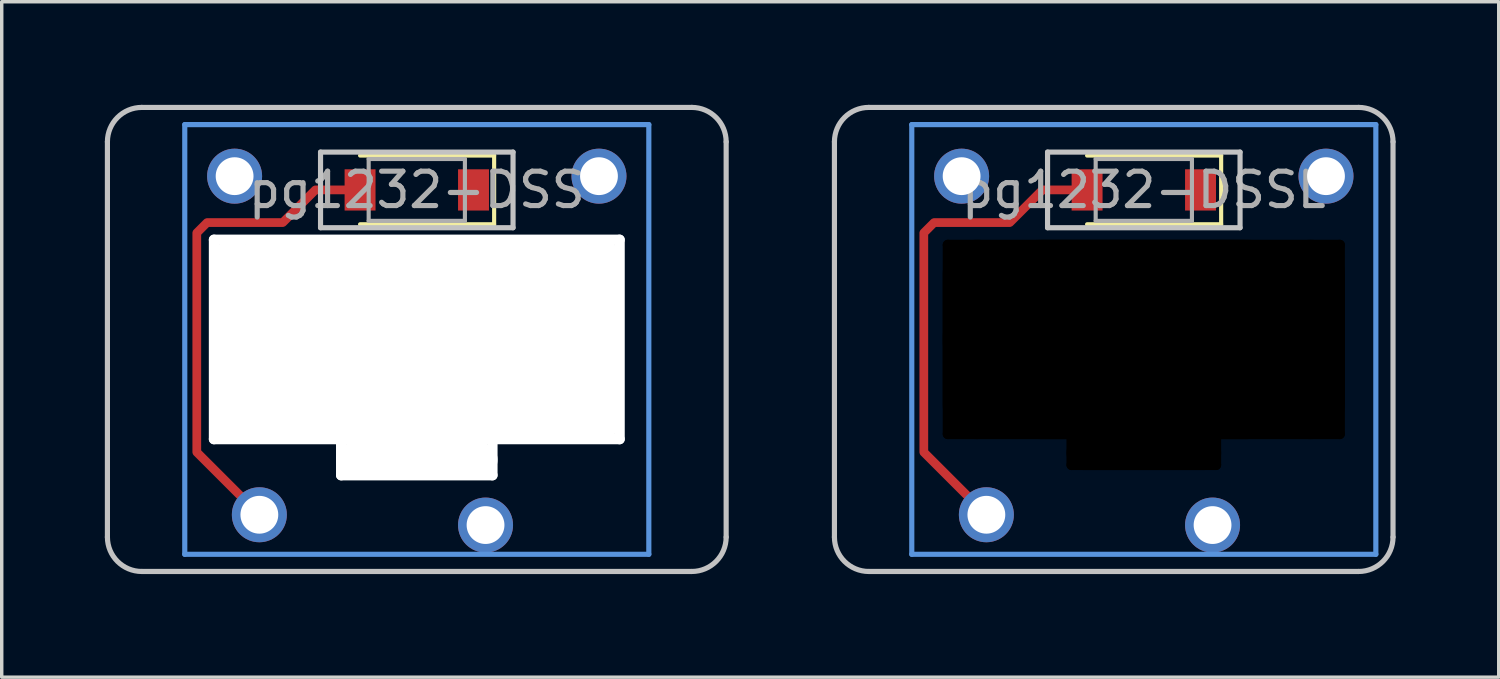
<source format=kicad_pcb>
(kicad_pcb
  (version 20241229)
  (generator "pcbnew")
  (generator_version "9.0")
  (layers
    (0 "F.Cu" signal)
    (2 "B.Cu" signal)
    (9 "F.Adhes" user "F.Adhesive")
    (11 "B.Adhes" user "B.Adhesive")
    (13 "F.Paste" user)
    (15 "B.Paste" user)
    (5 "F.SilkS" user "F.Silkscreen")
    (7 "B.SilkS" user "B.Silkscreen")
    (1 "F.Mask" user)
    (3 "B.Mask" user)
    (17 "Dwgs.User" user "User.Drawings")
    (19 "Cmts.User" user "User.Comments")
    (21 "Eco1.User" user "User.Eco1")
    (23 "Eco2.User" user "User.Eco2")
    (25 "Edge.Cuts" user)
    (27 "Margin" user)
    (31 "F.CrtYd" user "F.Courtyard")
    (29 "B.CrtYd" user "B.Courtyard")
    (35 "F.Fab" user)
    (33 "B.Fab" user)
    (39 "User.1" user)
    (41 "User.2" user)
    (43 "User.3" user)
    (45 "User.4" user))
  (footprint "pg1232-DSS"
    (layer "F.Cu")
    (at 9.075 2.475)
    (property "Reference" "pg1232-DSS" (at 0 0 0) (layer "F.Fab") (effects (font (size 1 1) (thickness 0.15))))
    (attr through_hole)
    (fp_line (start 2.25 -1) (end -1.65 -1) (stroke (width 0.12) (type solid)) (layer "F.SilkS"))
    (fp_line (start 2.25 -1) (end 2.25 1) (stroke (width 0.12) (type solid)) (layer "F.SilkS"))
    (fp_line (start 2.25 1) (end -1.65 1) (stroke (width 0.12) (type solid)) (layer "F.SilkS"))
    (fp_line (start -9 10.1) (end -9 -1.4) (stroke (width 0.15) (type solid)) (layer "Dwgs.User"))
    (fp_line (start -8 -2.4) (end 8 -2.4) (stroke (width 0.15) (type solid)) (layer "Dwgs.User"))
    (fp_line (start -2.8 -1.1) (end -2.8 1.1) (stroke (width 0.15) (type solid)) (layer "Dwgs.User"))
    (fp_line (start -2.8 1.1) (end 2.8 1.1) (stroke (width 0.15) (type solid)) (layer "Dwgs.User"))
    (fp_line (start 2.8 -1.1) (end -2.8 -1.1) (stroke (width 0.15) (type solid)) (layer "Dwgs.User"))
    (fp_line (start 2.8 1.1) (end 2.8 -1.1) (stroke (width 0.15) (type solid)) (layer "Dwgs.User"))
    (fp_line (start 8 11.1) (end -8 11.1) (stroke (width 0.15) (type solid)) (layer "Dwgs.User"))
    (fp_line (start 9 -1.4) (end 9 10.1) (stroke (width 0.15) (type solid)) (layer "Dwgs.User"))
    (fp_arc (start -9 -1.4) (mid -8.707107 -2.107107) (end -8 -2.4) (stroke (width 0.15) (type solid)) (layer "Dwgs.User"))
    (fp_arc (start -8 11.1) (mid -8.707107 10.807107) (end -9 10.1) (stroke (width 0.15) (type solid)) (layer "Dwgs.User"))
    (fp_arc (start 8 -2.4) (mid 8.707107 -2.107107) (end 9 -1.4) (stroke (width 0.15) (type solid)) (layer "Dwgs.User"))
    (fp_arc (start 9 10.1) (mid 8.707107 10.807107) (end 8 11.1) (stroke (width 0.15) (type solid)) (layer "Dwgs.User"))
    (fp_line (start -6.75 -1.9) (end -6.75 10.6) (stroke (width 0.15) (type solid)) (layer "Cmts.User"))
    (fp_line (start -6.75 10.6) (end 6.75 10.6) (stroke (width 0.15) (type solid)) (layer "Cmts.User"))
    (fp_line (start 6.75 -1.9) (end -6.75 -1.9) (stroke (width 0.15) (type solid)) (layer "Cmts.User"))
    (fp_line (start 6.75 10.6) (end 6.75 -1.9) (stroke (width 0.15) (type solid)) (layer "Cmts.User"))
    (fp_line (start -1.4 -0.9) (end -1.4 0.9) (stroke (width 0.12) (type solid)) (layer "F.Fab"))
    (fp_line (start -1.4 0.9) (end 1.4 0.9) (stroke (width 0.12) (type solid)) (layer "F.Fab"))
    (fp_line (start 1.4 -0.9) (end -1.4 -0.9) (stroke (width 0.12) (type solid)) (layer "F.Fab"))
    (fp_line (start 1.4 0.9) (end 1.4 -0.9) (stroke (width 0.12) (type solid)) (layer "F.Fab"))
    (pad "" np_thru_hole oval (at -5.9 4.35 90) (size 6.1 0.3) (drill oval 6.1 0.3) (layers "*.Cu" "*.Mask"))
    (pad "" np_thru_hole oval (at -5.36 4.35) (size 1 5.9) (drill oval 1 5.9) (layers "*.Cu" "*.Mask"))
    (pad "" np_thru_hole oval (at -4.59 4.35) (size 1 5.9) (drill oval 1 5.9) (layers "*.Cu" "*.Mask"))
    (pad "" np_thru_hole oval (at -4.2 4.35) (size 1 5.9) (drill oval 1 5.9) (layers "*.Cu" "*.Mask"))
    (pad "" np_thru_hole oval (at -2.2 7.85 90) (size 1.2 0.3) (drill oval 1.2 0.3) (layers "*.Cu" "*.Mask"))
    (pad "" np_thru_hole oval (at 0 1.45) (size 12.1 0.3) (drill oval 12.1 0.3) (layers "*.Cu" "*.Mask"))
    (pad "" np_thru_hole oval (at 0 4.35) (size 11.85 5.9) (drill oval 11.85 5.9) (layers "*.Cu" "*.Mask"))
    (pad "" np_thru_hole oval (at 0 7.25) (size 12.1 0.3) (drill oval 12.1 0.3) (layers "*.Cu" "*.Mask"))
    (pad "" np_thru_hole oval (at 0 7.85) (size 4.7 1) (drill oval 4.7 1) (layers "*.Cu" "*.Mask"))
    (pad "" np_thru_hole oval (at 0 8.3) (size 4.7 0.3) (drill oval 4.7 0.3) (layers "*.Cu" "*.Mask"))
    (pad "" np_thru_hole oval (at 2.2 7.85 90) (size 1.2 0.3) (drill oval 1.2 0.3) (layers "*.Cu" "*.Mask"))
    (pad "" np_thru_hole oval (at 4.2 4.35) (size 1 5.9) (drill oval 1 5.9) (layers "*.Cu" "*.Mask"))
    (pad "" np_thru_hole oval (at 4.59 4.35) (size 1 5.9) (drill oval 1 5.9) (layers "*.Cu" "*.Mask"))
    (pad "" np_thru_hole oval (at 5.36 4.35) (size 1 5.9) (drill oval 1 5.9) (layers "*.Cu" "*.Mask"))
    (pad "" np_thru_hole oval (at 5.9 4.35 90) (size 6.1 0.3) (drill oval 6.1 0.3) (layers "*.Cu" "*.Mask"))
    (pad "1" thru_hole circle (at 2 9.75) (size 1.6 1.6) (drill 1.1) (layers "*.Cu" "B.Mask"))
    (pad "2" smd rect (at 1.65 0) (size 0.9 1.2) (layers "F.Cu" "F.Mask" "F.Paste"))
    (pad "3" thru_hole circle (at -4.58 9.45) (size 1.6 1.6) (drill 1.1) (layers "*.Cu" "B.Mask"))
    (pad "3" smd custom (at -1.65 0) (size 0.001 0.001) (layers "F.Cu") (options (anchor circle)) (primitives (gr_line (start -4.75 7.63) (end -2.93 9.45) (width 0.254)) (gr_line (start 0 0) (end -1.3 0) (width 0.254)) (gr_line (start -1.3 0) (end -2.25 0.95) (width 0.254)) (gr_line (start -4.75 1.25) (end -4.75 7.63) (width 0.254)) (gr_line (start -2.25 0.95) (end -4.45 0.95) (width 0.254)) (gr_line (start -4.45 0.95) (end -4.75 1.25) (width 0.254))))
    (pad "3" smd rect (at -1.65 0) (size 0.9 1.2) (layers "F.Cu" "F.Mask" "F.Paste"))
    (pad "4" thru_hole circle (at -5.3 -0.4) (size 1.6 1.6) (drill 1.1) (layers "*.Cu" "B.Mask"))
    (pad "5" thru_hole circle (at 5.3 -0.4) (size 1.6 1.6) (drill 1.1) (layers "*.Cu" "B.Mask")))
  (footprint "pg1232-DSSL"
    (layer "F.Cu")
    (at 30.225 2.475)
    (property "Reference" "pg1232-DSSL" (at 0 0 0) (layer "F.Fab") (effects (font (size 1 1) (thickness 0.15))))
    (attr through_hole)
    (fp_line (start 2.25 -1) (end -1.65 -1) (stroke (width 0.12) (type solid)) (layer "F.SilkS"))
    (fp_line (start 2.25 -1) (end 2.25 1) (stroke (width 0.12) (type solid)) (layer "F.SilkS"))
    (fp_line (start 2.25 1) (end -1.65 1) (stroke (width 0.12) (type solid)) (layer "F.SilkS"))
    (fp_line (start -9 10.1) (end -9 -1.4) (stroke (width 0.15) (type solid)) (layer "Dwgs.User"))
    (fp_line (start -8 -2.4) (end 6.25 -2.4) (stroke (width 0.15) (type solid)) (layer "Dwgs.User"))
    (fp_line (start -2.8 -1.1) (end -2.8 1.1) (stroke (width 0.15) (type solid)) (layer "Dwgs.User"))
    (fp_line (start -2.8 1.1) (end 2.8 1.1) (stroke (width 0.15) (type solid)) (layer "Dwgs.User"))
    (fp_line (start 2.8 -1.1) (end -2.8 -1.1) (stroke (width 0.15) (type solid)) (layer "Dwgs.User"))
    (fp_line (start 2.8 1.1) (end 2.8 -1.1) (stroke (width 0.15) (type solid)) (layer "Dwgs.User"))
    (fp_line (start 6.25 11.1) (end -8 11.1) (stroke (width 0.15) (type solid)) (layer "Dwgs.User"))
    (fp_line (start 7.25 -1.4) (end 7.25 10.1) (stroke (width 0.15) (type solid)) (layer "Dwgs.User"))
    (fp_arc (start -9 -1.4) (mid -8.707107 -2.107107) (end -8 -2.4) (stroke (width 0.15) (type solid)) (layer "Dwgs.User"))
    (fp_arc (start -8 11.1) (mid -8.707107 10.807107) (end -9 10.1) (stroke (width 0.15) (type solid)) (layer "Dwgs.User"))
    (fp_arc (start 6.25 -2.4) (mid 6.957107 -2.107107) (end 7.25 -1.4) (stroke (width 0.15) (type solid)) (layer "Dwgs.User"))
    (fp_arc (start 7.25 10.1) (mid 6.957107 10.807107) (end 6.25 11.1) (stroke (width 0.15) (type solid)) (layer "Dwgs.User"))
    (fp_line (start -6.75 -1.9) (end -6.75 10.6) (stroke (width 0.15) (type solid)) (layer "Cmts.User"))
    (fp_line (start -6.75 10.6) (end 6.75 10.6) (stroke (width 0.15) (type solid)) (layer "Cmts.User"))
    (fp_line (start 6.75 -1.9) (end -6.75 -1.9) (stroke (width 0.15) (type solid)) (layer "Cmts.User"))
    (fp_line (start 6.75 10.6) (end 6.75 -1.9) (stroke (width 0.15) (type solid)) (layer "Cmts.User"))
    (fp_line (start -1.4 -0.9) (end -1.4 0.9) (stroke (width 0.12) (type solid)) (layer "F.Fab"))
    (fp_line (start -1.4 0.9) (end 1.4 0.9) (stroke (width 0.12) (type solid)) (layer "F.Fab"))
    (fp_line (start 1.4 -0.9) (end -1.4 -0.9) (stroke (width 0.12) (type solid)) (layer "F.Fab"))
    (fp_line (start 1.4 0.9) (end 1.4 -0.9) (stroke (width 0.12) (type solid)) (layer "F.Fab"))
    (pad "" np_thru_hole oval (at -5.7 4.35 90) (size 5.8 0.3) (drill oval 5.8 0.3) (layers "*.Mask"))
    (pad "" np_thru_hole oval (at -4.85 4.35) (size 2 5.8) (drill oval 2 5.8) (layers "*.Mask"))
    (pad "" np_thru_hole oval (at -2.1 7.6 90) (size 1.1 0.3) (drill oval 1.1 0.3) (layers "*.Mask"))
    (pad "" np_thru_hole oval (at 0 1.6) (size 11.7 0.3) (drill oval 11.7 0.3) (layers "*.Mask"))
    (pad "" np_thru_hole oval (at 0 4.35) (size 11.7 5.8) (drill oval 11.7 5.8) (layers "*.Mask"))
    (pad "" np_thru_hole oval (at 0 7.1) (size 11.7 0.3) (drill oval 11.7 0.3) (layers "*.Mask"))
    (pad "" np_thru_hole oval (at 0 7.65) (size 4.5 1) (drill oval 4.5 1) (layers "*.Mask"))
    (pad "" np_thru_hole oval (at 0 8) (size 4.5 0.3) (drill oval 4.5 0.3) (layers "*.Mask"))
    (pad "" np_thru_hole oval (at 2.1 7.6 90) (size 1.1 0.3) (drill oval 1.1 0.3) (layers "*.Mask"))
    (pad "" np_thru_hole oval (at 4.85 4.35) (size 2 5.8) (drill oval 2 5.8) (layers "*.Mask"))
    (pad "" np_thru_hole oval (at 5.7 4.35 90) (size 5.8 0.3) (drill oval 5.8 0.3) (layers "*.Mask"))
    (pad "1" thru_hole circle (at 2 9.75) (size 1.6 1.6) (drill 1.1) (layers "*.Cu" "B.Mask"))
    (pad "2" smd rect (at 1.65 0) (size 0.9 1.2) (layers "F.Cu" "F.Mask" "F.Paste"))
    (pad "3" thru_hole circle (at -4.58 9.45) (size 1.6 1.6) (drill 1.1) (layers "*.Cu" "B.Mask"))
    (pad "3" smd custom (at -1.65 0) (size 0.001 0.001) (layers "F.Cu") (options (anchor circle)) (primitives (gr_line (start -4.75 7.63) (end -2.93 9.45) (width 0.254)) (gr_line (start 0 0) (end -1.3 0) (width 0.254)) (gr_line (start -1.3 0) (end -2.25 0.95) (width 0.254)) (gr_line (start -4.75 1.25) (end -4.75 7.63) (width 0.254)) (gr_line (start -2.25 0.95) (end -4.45 0.95) (width 0.254)) (gr_line (start -4.45 0.95) (end -4.75 1.25) (width 0.254))))
    (pad "3" smd rect (at -1.65 0) (size 0.9 1.2) (layers "F.Cu" "F.Mask" "F.Paste"))
    (pad "4" thru_hole circle (at -5.3 -0.4) (size 1.6 1.6) (drill 1.1) (layers "*.Cu" "B.Mask"))
    (pad "5" thru_hole circle (at 5.3 -0.4) (size 1.6 1.6) (drill 1.1) (layers "*.Cu" "B.Mask")))
  (gr_rect
    (start -3 -3)
    (end 40.55 16.65)
    (stroke (width 0.1) (type default))
    (fill no)
    (layer "Edge.Cuts")))
</source>
